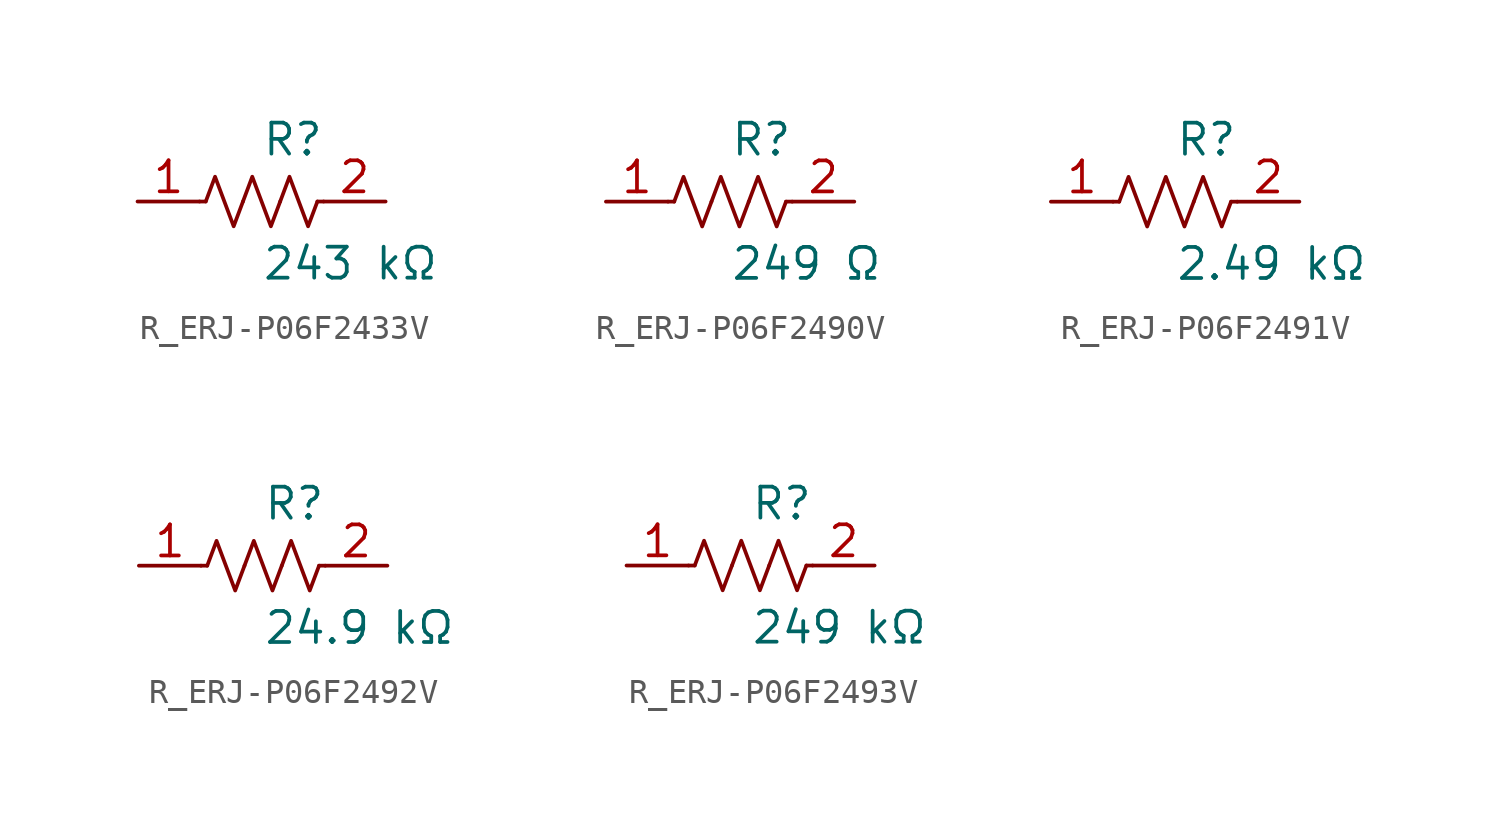
<source format=kicad_sym>
(kicad_symbol_lib
  (version 20231120)
  (generator kicad_symbol_editor)
  (generator_version 8.0)
  (symbol "R_ERJ-P06F2433V"
    (pin_names
      (offset 0.254))
    (property "Reference" "R"
      (at 0.0 2.54 0)
      (effects (font (size 1.27 1.27)) (justify left)))
    (property "Value" "243 kΩ"
      (at 0.0 -2.54 0)
      (effects (font (size 1.27 1.27)) (justify left)))
    (symbol "R_ERJ-P06F2433V_0_1"
      (polyline (pts (xy 2.286 0) (xy 2.54 0)) (stroke (width 0) (type default)) (fill (type none)))
      (polyline (pts (xy -2.286 0) (xy -2.54 0)) (stroke (width 0) (type default)) (fill (type none)))
      (polyline (pts (xy 0.762 0) (xy 1.143 1.016) (xy 1.524 0) (xy 1.905 -1.016) (xy 2.286 0)) (stroke (width 0) (type default)) (fill (type none)))
      (polyline (pts (xy -0.762 0) (xy -0.381 1.016) (xy 0 0) (xy 0.381 -1.016) (xy 0.762 0)) (stroke (width 0) (type default)) (fill (type none)))
      (polyline (pts (xy -2.286 0) (xy -1.905 1.016) (xy -1.524 0) (xy -1.143 -1.016) (xy -0.762 0)) (stroke (width 0) (type default)) (fill (type none))))
    (pin unspecified line
      (at -5.08 0 0)
      (length 2.54)
      (name "" (effects (font (size 1.27 1.27))))
      (number "1" (effects (font (size 1.27 1.27)))))
    (pin unspecified line
      (at 5.08 0 180)
      (length 2.54)
      (name "" (effects (font (size 1.27 1.27))))
      (number "2" (effects (font (size 1.27 1.27))))))
  (symbol "R_ERJ-P06F2490V"
    (pin_names
      (offset 0.254))
    (property "Reference" "R"
      (at 0.0 2.54 0)
      (effects (font (size 1.27 1.27)) (justify left)))
    (property "Value" "249 Ω"
      (at 0.0 -2.54 0)
      (effects (font (size 1.27 1.27)) (justify left)))
    (symbol "R_ERJ-P06F2490V_0_1"
      (polyline (pts (xy 2.286 0) (xy 2.54 0)) (stroke (width 0) (type default)) (fill (type none)))
      (polyline (pts (xy -2.286 0) (xy -2.54 0)) (stroke (width 0) (type default)) (fill (type none)))
      (polyline (pts (xy 0.762 0) (xy 1.143 1.016) (xy 1.524 0) (xy 1.905 -1.016) (xy 2.286 0)) (stroke (width 0) (type default)) (fill (type none)))
      (polyline (pts (xy -0.762 0) (xy -0.381 1.016) (xy 0 0) (xy 0.381 -1.016) (xy 0.762 0)) (stroke (width 0) (type default)) (fill (type none)))
      (polyline (pts (xy -2.286 0) (xy -1.905 1.016) (xy -1.524 0) (xy -1.143 -1.016) (xy -0.762 0)) (stroke (width 0) (type default)) (fill (type none))))
    (pin unspecified line
      (at -5.08 0 0)
      (length 2.54)
      (name "" (effects (font (size 1.27 1.27))))
      (number "1" (effects (font (size 1.27 1.27)))))
    (pin unspecified line
      (at 5.08 0 180)
      (length 2.54)
      (name "" (effects (font (size 1.27 1.27))))
      (number "2" (effects (font (size 1.27 1.27))))))
  (symbol "R_ERJ-P06F2491V"
    (pin_names
      (offset 0.254))
    (property "Reference" "R"
      (at 0.0 2.54 0)
      (effects (font (size 1.27 1.27)) (justify left)))
    (property "Value" "2.49 kΩ"
      (at 0.0 -2.54 0)
      (effects (font (size 1.27 1.27)) (justify left)))
    (symbol "R_ERJ-P06F2491V_0_1"
      (polyline (pts (xy 2.286 0) (xy 2.54 0)) (stroke (width 0) (type default)) (fill (type none)))
      (polyline (pts (xy -2.286 0) (xy -2.54 0)) (stroke (width 0) (type default)) (fill (type none)))
      (polyline (pts (xy 0.762 0) (xy 1.143 1.016) (xy 1.524 0) (xy 1.905 -1.016) (xy 2.286 0)) (stroke (width 0) (type default)) (fill (type none)))
      (polyline (pts (xy -0.762 0) (xy -0.381 1.016) (xy 0 0) (xy 0.381 -1.016) (xy 0.762 0)) (stroke (width 0) (type default)) (fill (type none)))
      (polyline (pts (xy -2.286 0) (xy -1.905 1.016) (xy -1.524 0) (xy -1.143 -1.016) (xy -0.762 0)) (stroke (width 0) (type default)) (fill (type none))))
    (pin unspecified line
      (at -5.08 0 0)
      (length 2.54)
      (name "" (effects (font (size 1.27 1.27))))
      (number "1" (effects (font (size 1.27 1.27)))))
    (pin unspecified line
      (at 5.08 0 180)
      (length 2.54)
      (name "" (effects (font (size 1.27 1.27))))
      (number "2" (effects (font (size 1.27 1.27))))))
  (symbol "R_ERJ-P06F2492V"
    (pin_names
      (offset 0.254))
    (property "Reference" "R"
      (at 0.0 2.54 0)
      (effects (font (size 1.27 1.27)) (justify left)))
    (property "Value" "24.9 kΩ"
      (at 0.0 -2.54 0)
      (effects (font (size 1.27 1.27)) (justify left)))
    (symbol "R_ERJ-P06F2492V_0_1"
      (polyline (pts (xy 2.286 0) (xy 2.54 0)) (stroke (width 0) (type default)) (fill (type none)))
      (polyline (pts (xy -2.286 0) (xy -2.54 0)) (stroke (width 0) (type default)) (fill (type none)))
      (polyline (pts (xy 0.762 0) (xy 1.143 1.016) (xy 1.524 0) (xy 1.905 -1.016) (xy 2.286 0)) (stroke (width 0) (type default)) (fill (type none)))
      (polyline (pts (xy -0.762 0) (xy -0.381 1.016) (xy 0 0) (xy 0.381 -1.016) (xy 0.762 0)) (stroke (width 0) (type default)) (fill (type none)))
      (polyline (pts (xy -2.286 0) (xy -1.905 1.016) (xy -1.524 0) (xy -1.143 -1.016) (xy -0.762 0)) (stroke (width 0) (type default)) (fill (type none))))
    (pin unspecified line
      (at -5.08 0 0)
      (length 2.54)
      (name "" (effects (font (size 1.27 1.27))))
      (number "1" (effects (font (size 1.27 1.27)))))
    (pin unspecified line
      (at 5.08 0 180)
      (length 2.54)
      (name "" (effects (font (size 1.27 1.27))))
      (number "2" (effects (font (size 1.27 1.27))))))
  (symbol "R_ERJ-P06F2493V"
    (pin_names
      (offset 0.254))
    (property "Reference" "R"
      (at 0.0 2.54 0)
      (effects (font (size 1.27 1.27)) (justify left)))
    (property "Value" "249 kΩ"
      (at 0.0 -2.54 0)
      (effects (font (size 1.27 1.27)) (justify left)))
    (symbol "R_ERJ-P06F2493V_0_1"
      (polyline (pts (xy 2.286 0) (xy 2.54 0)) (stroke (width 0) (type default)) (fill (type none)))
      (polyline (pts (xy -2.286 0) (xy -2.54 0)) (stroke (width 0) (type default)) (fill (type none)))
      (polyline (pts (xy 0.762 0) (xy 1.143 1.016) (xy 1.524 0) (xy 1.905 -1.016) (xy 2.286 0)) (stroke (width 0) (type default)) (fill (type none)))
      (polyline (pts (xy -0.762 0) (xy -0.381 1.016) (xy 0 0) (xy 0.381 -1.016) (xy 0.762 0)) (stroke (width 0) (type default)) (fill (type none)))
      (polyline (pts (xy -2.286 0) (xy -1.905 1.016) (xy -1.524 0) (xy -1.143 -1.016) (xy -0.762 0)) (stroke (width 0) (type default)) (fill (type none))))
    (pin unspecified line
      (at -5.08 0 0)
      (length 2.54)
      (name "" (effects (font (size 1.27 1.27))))
      (number "1" (effects (font (size 1.27 1.27)))))
    (pin unspecified line
      (at 5.08 0 180)
      (length 2.54)
      (name "" (effects (font (size 1.27 1.27))))
      (number "2" (effects (font (size 1.27 1.27)))))))
</source>
